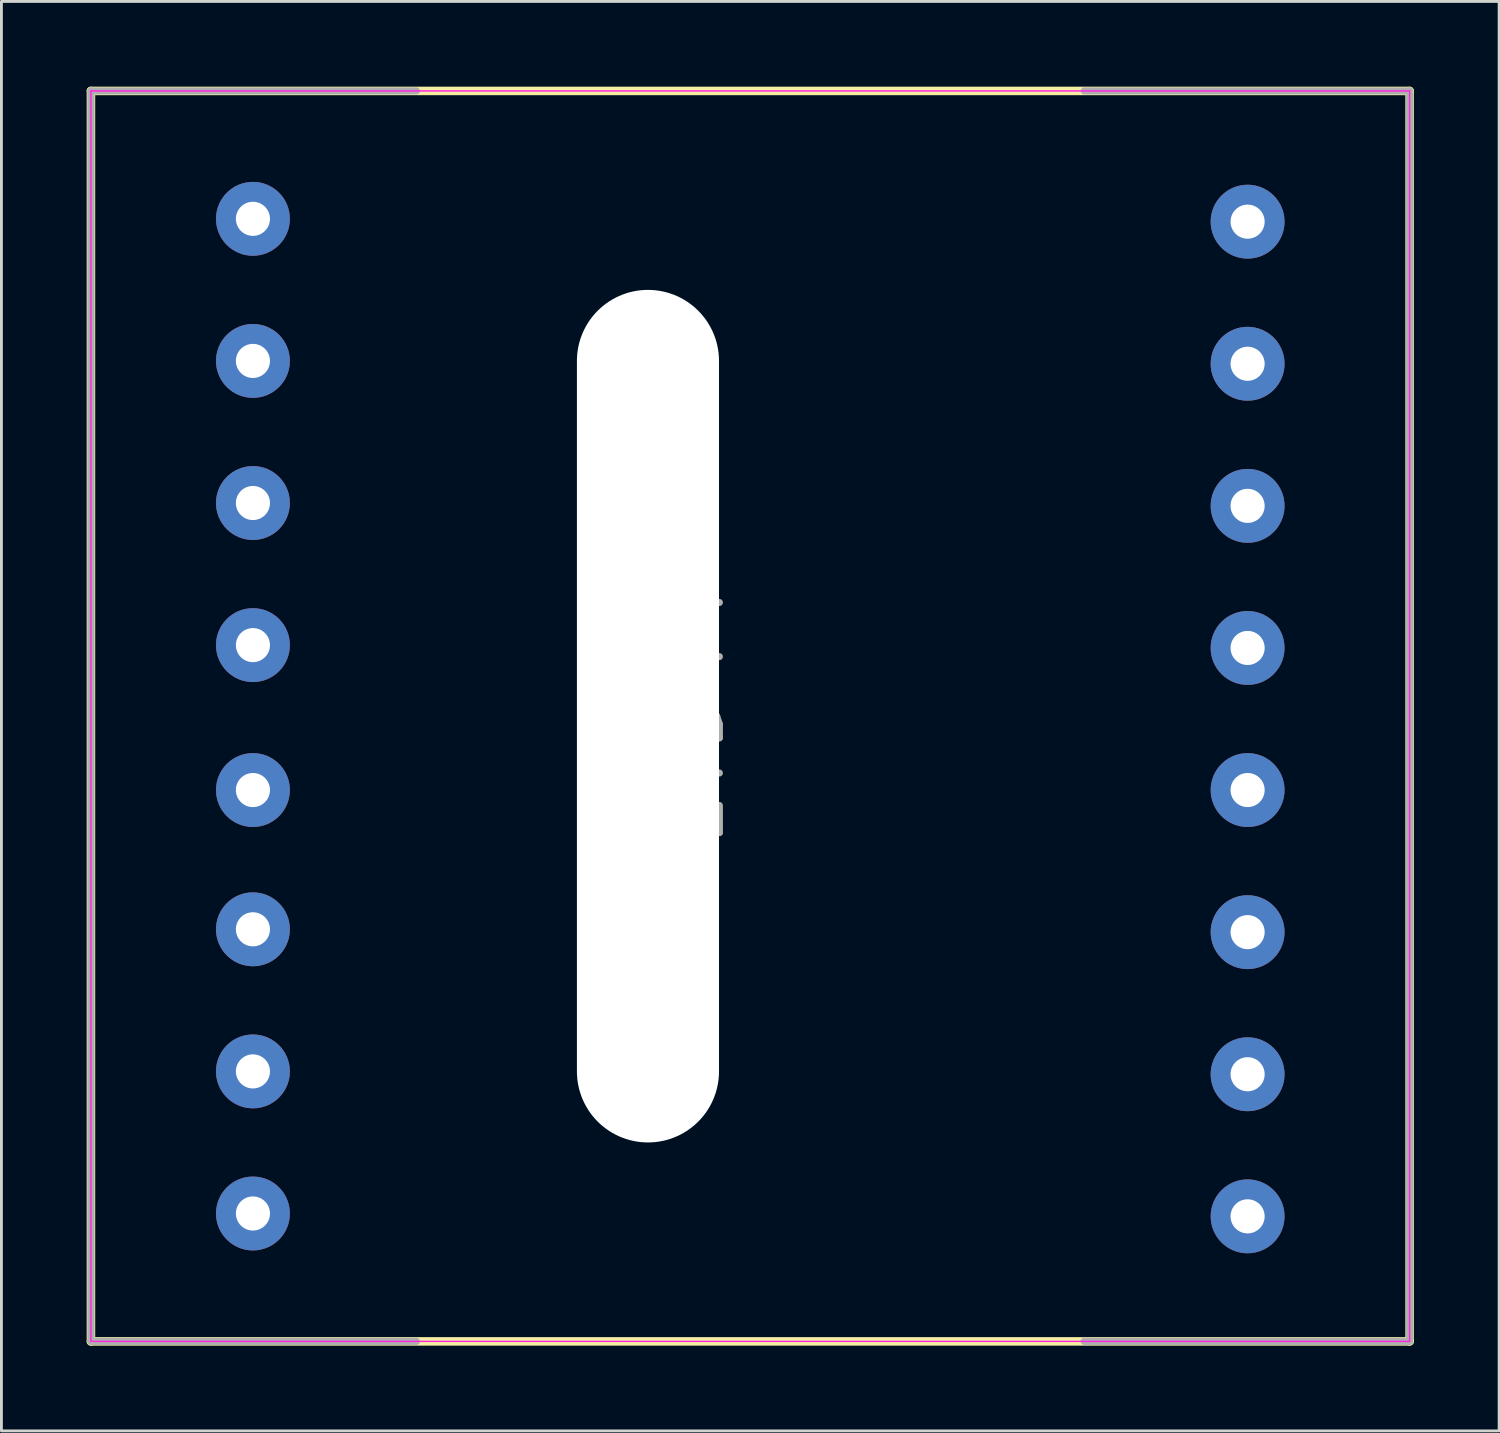
<source format=kicad_pcb>
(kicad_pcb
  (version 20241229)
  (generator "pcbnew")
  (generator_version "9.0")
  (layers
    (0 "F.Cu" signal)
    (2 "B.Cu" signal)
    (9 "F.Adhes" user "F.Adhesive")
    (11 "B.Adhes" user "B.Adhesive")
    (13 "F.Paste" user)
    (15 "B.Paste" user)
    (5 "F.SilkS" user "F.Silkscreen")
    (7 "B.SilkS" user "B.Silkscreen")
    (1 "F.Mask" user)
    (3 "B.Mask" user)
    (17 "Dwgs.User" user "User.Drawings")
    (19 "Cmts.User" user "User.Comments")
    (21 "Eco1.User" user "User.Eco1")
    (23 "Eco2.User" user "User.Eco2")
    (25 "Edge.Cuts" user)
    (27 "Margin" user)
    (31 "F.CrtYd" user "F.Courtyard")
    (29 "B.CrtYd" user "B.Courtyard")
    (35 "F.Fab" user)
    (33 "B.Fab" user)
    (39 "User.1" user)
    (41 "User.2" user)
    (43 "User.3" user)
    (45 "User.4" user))
  (footprint "ETD44"
    (layer "F.Cu")
    (at 23.35 22.15)
    (property "Reference" "ETD44" (at -2 0 270) (layer "F.Fab") (effects (font (size 2 2) (thickness 0.25))))
    (attr through_hole)
    (fp_line (start -23.2 22) (end -23.2 -22) (stroke (width 0.3) (type default)) (layer "F.SilkS"))
    (fp_line (start 23.2 -22) (end -23.2 -22) (stroke (width 0.3) (type default)) (layer "F.SilkS"))
    (fp_line (start 23.2 22) (end -23.2 22) (stroke (width 0.3) (type default)) (layer "F.SilkS"))
    (fp_line (start 23.2 22) (end 23.2 -22) (stroke (width 0.3) (type default)) (layer "F.SilkS"))
    (fp_line (start -23.2 -22) (end -23.2 22) (stroke (width 0.05) (type default)) (layer "F.CrtYd"))
    (fp_line (start -23.2 -22) (end 23.2 -22) (stroke (width 0.05) (type default)) (layer "F.CrtYd"))
    (fp_line (start -23.2 22) (end 23.2 22) (stroke (width 0.05) (type default)) (layer "F.CrtYd"))
    (fp_line (start 23.2 22) (end 23.2 -22) (stroke (width 0.05) (type default)) (layer "F.CrtYd"))
    (fp_line (start -23.2 -22) (end -23.2 22) (stroke (width 0.25) (type default)) (layer "F.Fab"))
    (fp_line (start -23.2 -22) (end -11.75 -22) (stroke (width 0.25) (type default)) (layer "F.Fab"))
    (fp_line (start -23.2 22) (end -11.75 22) (stroke (width 0.25) (type default)) (layer "F.Fab"))
    (fp_line (start 23.2 -22) (end 11.75 -22) (stroke (width 0.25) (type default)) (layer "F.Fab"))
    (fp_line (start 23.2 -22) (end 23.2 22) (stroke (width 0.25) (type default)) (layer "F.Fab"))
    (fp_line (start 23.2 22) (end 11.75 22) (stroke (width 0.25) (type default)) (layer "F.Fab"))
    (pad "" np_thru_hole oval (at -3.6 0 90) (size 30 5) (drill oval 30 5) (layers "*.Cu" "*.Mask"))
    (pad "1" thru_hole circle (at -17.5 17.5 90) (size 2.6 2.6) (drill 1.2) (layers "*.Cu" "*.Mask"))
    (pad "2" thru_hole circle (at -17.5 12.5 90) (size 2.6 2.6) (drill 1.2) (layers "*.Cu" "*.Mask"))
    (pad "3" thru_hole circle (at -17.5 7.5 90) (size 2.6 2.6) (drill 1.2) (layers "*.Cu" "*.Mask"))
    (pad "4" thru_hole circle (at -17.5 2.6 90) (size 2.6 2.6) (drill 1.2) (layers "*.Cu" "*.Mask"))
    (pad "5" thru_hole circle (at -17.5 -2.5 90) (size 2.6 2.6) (drill 1.2) (layers "*.Cu" "*.Mask"))
    (pad "6" thru_hole circle (at -17.5 -7.5 90) (size 2.6 2.6) (drill 1.2) (layers "*.Cu" "*.Mask"))
    (pad "7" thru_hole circle (at -17.5 -12.5 90) (size 2.6 2.6) (drill 1.2) (layers "*.Cu" "*.Mask"))
    (pad "8" thru_hole circle (at -17.5 -17.5 90) (size 2.6 2.6) (drill 1.2) (layers "*.Cu" "*.Mask"))
    (pad "9" thru_hole circle (at 17.5 -17.4 90) (size 2.6 2.6) (drill 1.2) (layers "*.Cu" "*.Mask"))
    (pad "10" thru_hole circle (at 17.5 -12.4 90) (size 2.6 2.6) (drill 1.2) (layers "*.Cu" "*.Mask"))
    (pad "11" thru_hole circle (at 17.5 -7.4 90) (size 2.6 2.6) (drill 1.2) (layers "*.Cu" "*.Mask"))
    (pad "12" thru_hole circle (at 17.5 -2.4 90) (size 2.6 2.6) (drill 1.2) (layers "*.Cu" "*.Mask"))
    (pad "13" thru_hole circle (at 17.5 2.6 90) (size 2.6 2.6) (drill 1.2) (layers "*.Cu" "*.Mask"))
    (pad "14" thru_hole circle (at 17.5 7.6 90) (size 2.6 2.6) (drill 1.2) (layers "*.Cu" "*.Mask"))
    (pad "15" thru_hole circle (at 17.5 12.6 90) (size 2.6 2.6) (drill 1.2) (layers "*.Cu" "*.Mask"))
    (pad "16" thru_hole circle (at 17.5 17.6 90) (size 2.6 2.6) (drill 1.2) (layers "*.Cu" "*.Mask")))
  (gr_rect
    (start -3 -3)
    (end 49.7 47.3)
    (stroke (width 0.1) (type default))
    (fill no)
    (layer "Edge.Cuts")))
</source>
